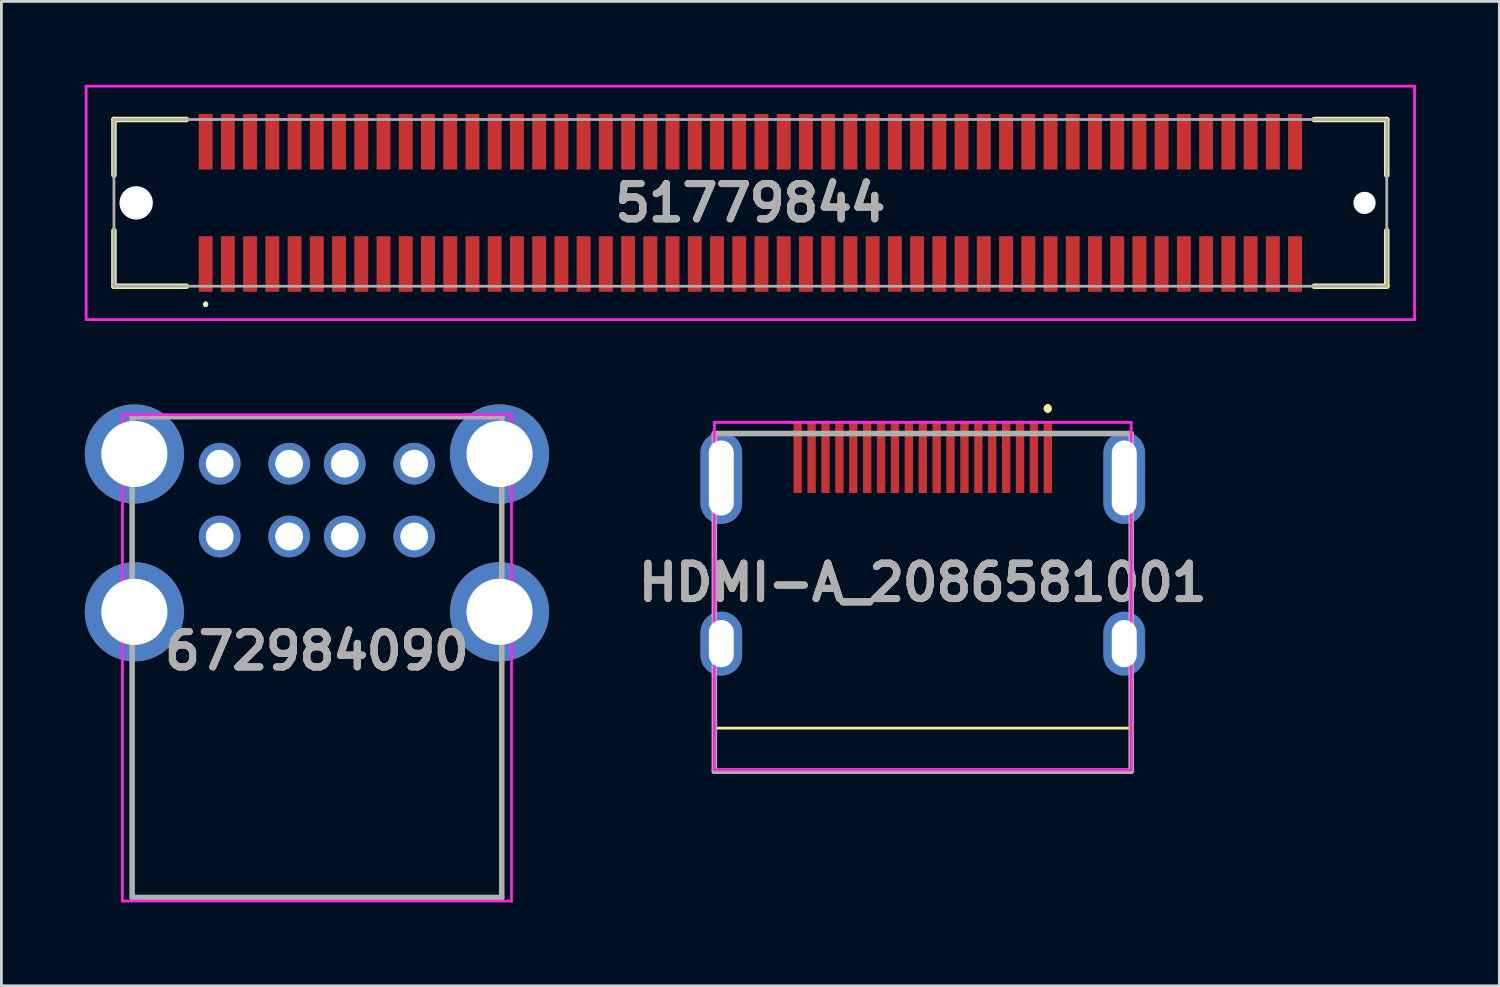
<source format=kicad_pcb>
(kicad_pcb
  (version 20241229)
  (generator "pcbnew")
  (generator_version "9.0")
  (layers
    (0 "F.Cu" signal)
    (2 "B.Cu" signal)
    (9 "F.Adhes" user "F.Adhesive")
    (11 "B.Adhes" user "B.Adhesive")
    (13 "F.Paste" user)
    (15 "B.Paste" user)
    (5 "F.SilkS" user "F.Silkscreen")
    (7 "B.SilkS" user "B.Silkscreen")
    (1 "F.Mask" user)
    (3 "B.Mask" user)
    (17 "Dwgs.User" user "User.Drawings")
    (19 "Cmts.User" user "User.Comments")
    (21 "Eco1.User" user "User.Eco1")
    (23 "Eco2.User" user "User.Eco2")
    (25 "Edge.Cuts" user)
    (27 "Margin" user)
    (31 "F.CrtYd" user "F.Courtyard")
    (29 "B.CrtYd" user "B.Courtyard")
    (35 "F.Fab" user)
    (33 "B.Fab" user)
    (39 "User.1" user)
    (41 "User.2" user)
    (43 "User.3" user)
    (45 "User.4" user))
  (footprint "HDMI-A_2086581001"
    (layer "F.Cu")
    (at 30.154 14.15)
    (property "Reference" "HDMI-A_2086581001" (at 0 3.762 0) (layer "F.SilkS") (effects (font (size 1.27 1.27) (thickness 0.254))))
    (attr through_hole)
    (fp_line (start -7.5 2.725) (end -7.5 2.725) (stroke (width 0.1) (type solid)) (layer "F.SilkS"))
    (fp_line (start -7.5 2.725) (end -7.5 3.975) (stroke (width 0.1) (type solid)) (layer "F.SilkS"))
    (fp_line (start -7.5 3.975) (end -7.5 2.725) (stroke (width 0.1) (type solid)) (layer "F.SilkS"))
    (fp_line (start -7.5 3.975) (end -7.5 3.975) (stroke (width 0.1) (type solid)) (layer "F.SilkS"))
    (fp_line (start -7.5 7.475) (end -7.5 9) (stroke (width 0.1) (type solid)) (layer "F.SilkS"))
    (fp_line (start -7.5 7.975) (end -7.5 7.975) (stroke (width 0.1) (type solid)) (layer "F.SilkS"))
    (fp_line (start -7.5 9) (end 7.5 9) (stroke (width 0.1) (type solid)) (layer "F.SilkS"))
    (fp_line (start 4.5 -2.55) (end 4.5 -2.55) (stroke (width 0.2) (type solid)) (layer "F.SilkS"))
    (fp_line (start 4.5 -2.55) (end 4.5 -2.55) (stroke (width 0.2) (type solid)) (layer "F.SilkS"))
    (fp_line (start 4.5 -2.45) (end 4.5 -2.45) (stroke (width 0.2) (type solid)) (layer "F.SilkS"))
    (fp_line (start 7.5 2.725) (end 7.5 2.725) (stroke (width 0.1) (type solid)) (layer "F.SilkS"))
    (fp_line (start 7.5 2.725) (end 7.5 3.975) (stroke (width 0.1) (type solid)) (layer "F.SilkS"))
    (fp_line (start 7.5 3.975) (end 7.5 2.725) (stroke (width 0.1) (type solid)) (layer "F.SilkS"))
    (fp_line (start 7.5 3.975) (end 7.5 3.975) (stroke (width 0.1) (type solid)) (layer "F.SilkS"))
    (fp_line (start 7.5 7.975) (end 7.5 7.975) (stroke (width 0.1) (type solid)) (layer "F.SilkS"))
    (fp_line (start 7.5 9) (end 7.5 7.475) (stroke (width 0.1) (type solid)) (layer "F.SilkS"))
    (fp_arc (start 4.5 -2.55) (mid 4.55 -2.5) (end 4.5 -2.45) (stroke (width 0.2) (type solid)) (layer "F.SilkS"))
    (fp_arc (start 4.5 -2.45) (mid 4.45 -2.5) (end 4.5 -2.55) (stroke (width 0.2) (type solid)) (layer "F.SilkS"))
    (fp_arc (start 4.5 -2.45) (mid 4.45 -2.5) (end 4.5 -2.55) (stroke (width 0.2) (type solid)) (layer "F.SilkS"))
    (fp_line (start -7.5 -2) (end 7.5 -2) (stroke (width 0.1) (type solid)) (layer "F.CrtYd"))
    (fp_line (start -7.5 10.5) (end -7.5 -2) (stroke (width 0.1) (type solid)) (layer "F.CrtYd"))
    (fp_line (start 7.5 -2) (end 7.5 10.5) (stroke (width 0.1) (type solid)) (layer "F.CrtYd"))
    (fp_line (start 7.5 10.5) (end -7.5 10.5) (stroke (width 0.1) (type solid)) (layer "F.CrtYd"))
    (fp_line (start -7.5 -1.6) (end -7.5 10.55) (stroke (width 0.2) (type solid)) (layer "F.Fab"))
    (fp_line (start -7.5 10.55) (end 7.5 10.55) (stroke (width 0.2) (type solid)) (layer "F.Fab"))
    (fp_line (start 7.5 -1.6) (end -7.5 -1.6) (stroke (width 0.2) (type solid)) (layer "F.Fab"))
    (fp_line (start 7.5 10.55) (end 7.5 -1.6) (stroke (width 0.2) (type solid)) (layer "F.Fab"))
    (fp_text user "${REFERENCE}" (at 0 3.762 0) (layer "F.Fab") (effects (font (size 1.27 1.27) (thickness 0.254))))
    (pad "1" smd rect (at 4.5 -0.76) (size 0.3 2.6) (layers "F.Cu" "F.Mask" "F.Paste"))
    (pad "2" smd rect (at 4 -0.76) (size 0.3 2.6) (layers "F.Cu" "F.Mask" "F.Paste"))
    (pad "3" smd rect (at 3.5 -0.76) (size 0.3 2.6) (layers "F.Cu" "F.Mask" "F.Paste"))
    (pad "4" smd rect (at 3 -0.76) (size 0.3 2.6) (layers "F.Cu" "F.Mask" "F.Paste"))
    (pad "5" smd rect (at 2.5 -0.76) (size 0.3 2.6) (layers "F.Cu" "F.Mask" "F.Paste"))
    (pad "6" smd rect (at 2 -0.76) (size 0.3 2.6) (layers "F.Cu" "F.Mask" "F.Paste"))
    (pad "7" smd rect (at 1.5 -0.76) (size 0.3 2.6) (layers "F.Cu" "F.Mask" "F.Paste"))
    (pad "8" smd rect (at 1 -0.76) (size 0.3 2.6) (layers "F.Cu" "F.Mask" "F.Paste"))
    (pad "9" smd rect (at 0.5 -0.76) (size 0.3 2.6) (layers "F.Cu" "F.Mask" "F.Paste"))
    (pad "10" smd rect (at 0 -0.76) (size 0.3 2.6) (layers "F.Cu" "F.Mask" "F.Paste"))
    (pad "11" smd rect (at -0.5 -0.76) (size 0.3 2.6) (layers "F.Cu" "F.Mask" "F.Paste"))
    (pad "12" smd rect (at -1 -0.76) (size 0.3 2.6) (layers "F.Cu" "F.Mask" "F.Paste"))
    (pad "13" smd rect (at -1.5 -0.76) (size 0.3 2.6) (layers "F.Cu" "F.Mask" "F.Paste"))
    (pad "14" smd rect (at -2 -0.76) (size 0.3 2.6) (layers "F.Cu" "F.Mask" "F.Paste"))
    (pad "15" smd rect (at -2.5 -0.76) (size 0.3 2.6) (layers "F.Cu" "F.Mask" "F.Paste"))
    (pad "16" smd rect (at -3 -0.76) (size 0.3 2.6) (layers "F.Cu" "F.Mask" "F.Paste"))
    (pad "17" smd rect (at -3.5 -0.76) (size 0.3 2.6) (layers "F.Cu" "F.Mask" "F.Paste"))
    (pad "18" smd rect (at -4 -0.76) (size 0.3 2.6) (layers "F.Cu" "F.Mask" "F.Paste"))
    (pad "19" smd rect (at -4.5 -0.76) (size 0.3 2.6) (layers "F.Cu" "F.Mask" "F.Paste"))
    (pad "SH" thru_hole oval (at -7.25 0) (size 1.5 3.3) (drill oval 0.9 2.7) (layers "*.Cu" "*.Mask"))
    (pad "SH" thru_hole oval (at -7.25 5.96) (size 1.5 2.3) (drill oval 0.9 1.7) (layers "*.Cu" "*.Mask"))
    (pad "SH" thru_hole oval (at 7.25 0) (size 1.5 3.3) (drill oval 0.9 2.7) (layers "*.Cu" "*.Mask"))
    (pad "SH" thru_hole oval (at 7.25 5.96) (size 1.5 2.3) (drill oval 0.9 1.7) (layers "*.Cu" "*.Mask")))
  (footprint "51779844"
    (layer "F.Cu")
    (at 23.95 4.25)
    (property "Reference" "51779844" (at 0 0 0) (layer "F.SilkS") (effects (font (size 1.27 1.27) (thickness 0.254))))
    (attr through_hole)
    (fp_line (start -22.9 -3) (end -22.9 -1) (stroke (width 0.2) (type solid)) (layer "F.SilkS"))
    (fp_line (start -22.9 -3) (end -20.289 -3) (stroke (width 0.2) (type solid)) (layer "F.SilkS"))
    (fp_line (start -22.9 3) (end -22.9 1) (stroke (width 0.2) (type solid)) (layer "F.SilkS"))
    (fp_line (start -22.9 3) (end -20.289 3) (stroke (width 0.2) (type solid)) (layer "F.SilkS"))
    (fp_line (start -19.6 3.6) (end -19.6 3.6) (stroke (width 0.1) (type solid)) (layer "F.SilkS"))
    (fp_line (start -19.6 3.7) (end -19.6 3.7) (stroke (width 0.1) (type solid)) (layer "F.SilkS"))
    (fp_line (start 20.289 -3) (end 22.9 -3) (stroke (width 0.2) (type solid)) (layer "F.SilkS"))
    (fp_line (start 20.289 3) (end 22.9 3) (stroke (width 0.2) (type solid)) (layer "F.SilkS"))
    (fp_line (start 22.9 -3) (end 22.9 -1) (stroke (width 0.2) (type solid)) (layer "F.SilkS"))
    (fp_line (start 22.9 3) (end 22.9 1) (stroke (width 0.2) (type solid)) (layer "F.SilkS"))
    (fp_arc (start -19.6 3.6) (mid -19.55 3.65) (end -19.6 3.7) (stroke (width 0.1) (type solid)) (layer "F.SilkS"))
    (fp_arc (start -19.6 3.7) (mid -19.65 3.65) (end -19.6 3.6) (stroke (width 0.1) (type solid)) (layer "F.SilkS"))
    (fp_line (start -23.9 -4.2) (end 23.9 -4.2) (stroke (width 0.1) (type solid)) (layer "F.CrtYd"))
    (fp_line (start -23.9 4.2) (end -23.9 -4.2) (stroke (width 0.1) (type solid)) (layer "F.CrtYd"))
    (fp_line (start 23.9 -4.2) (end 23.9 4.2) (stroke (width 0.1) (type solid)) (layer "F.CrtYd"))
    (fp_line (start 23.9 4.2) (end -23.9 4.2) (stroke (width 0.1) (type solid)) (layer "F.CrtYd"))
    (fp_line (start -22.9 -3) (end 22.9 -3) (stroke (width 0.1) (type solid)) (layer "F.Fab"))
    (fp_line (start -22.9 3) (end -22.9 -3) (stroke (width 0.1) (type solid)) (layer "F.Fab"))
    (fp_line (start 22.9 -3) (end 22.9 3) (stroke (width 0.1) (type solid)) (layer "F.Fab"))
    (fp_line (start 22.9 3) (end -22.9 3) (stroke (width 0.1) (type solid)) (layer "F.Fab"))
    (fp_text user "${REFERENCE}" (at 0 0 0) (layer "F.Fab") (effects (font (size 1.27 1.27) (thickness 0.254))))
    (pad "" np_thru_hole circle (at -22.1 0) (size 1.2 1.2) (drill 1.2) (layers "*.Cu" "*.Mask"))
    (pad "" np_thru_hole circle (at 22.1 0) (size 0.8 0.8) (drill 0.8) (layers "*.Cu" "*.Mask"))
    (pad "1" smd rect (at -19.6 2.2) (size 0.5 2) (layers "F.Cu" "F.Mask" "F.Paste"))
    (pad "2" smd rect (at -19.6 -2.2) (size 0.5 2) (layers "F.Cu" "F.Mask" "F.Paste"))
    (pad "3" smd rect (at -18.8 2.2) (size 0.5 2) (layers "F.Cu" "F.Mask" "F.Paste"))
    (pad "4" smd rect (at -18.8 -2.2) (size 0.5 2) (layers "F.Cu" "F.Mask" "F.Paste"))
    (pad "5" smd rect (at -18 2.2) (size 0.5 2) (layers "F.Cu" "F.Mask" "F.Paste"))
    (pad "6" smd rect (at -18 -2.2) (size 0.5 2) (layers "F.Cu" "F.Mask" "F.Paste"))
    (pad "7" smd rect (at -17.2 2.2) (size 0.5 2) (layers "F.Cu" "F.Mask" "F.Paste"))
    (pad "8" smd rect (at -17.2 -2.2) (size 0.5 2) (layers "F.Cu" "F.Mask" "F.Paste"))
    (pad "9" smd rect (at -16.4 2.2) (size 0.5 2) (layers "F.Cu" "F.Mask" "F.Paste"))
    (pad "10" smd rect (at -16.4 -2.2) (size 0.5 2) (layers "F.Cu" "F.Mask" "F.Paste"))
    (pad "11" smd rect (at -15.6 2.2) (size 0.5 2) (layers "F.Cu" "F.Mask" "F.Paste"))
    (pad "12" smd rect (at -15.6 -2.2) (size 0.5 2) (layers "F.Cu" "F.Mask" "F.Paste"))
    (pad "13" smd rect (at -14.8 2.2) (size 0.5 2) (layers "F.Cu" "F.Mask" "F.Paste"))
    (pad "14" smd rect (at -14.8 -2.2) (size 0.5 2) (layers "F.Cu" "F.Mask" "F.Paste"))
    (pad "15" smd rect (at -14 2.2) (size 0.5 2) (layers "F.Cu" "F.Mask" "F.Paste"))
    (pad "16" smd rect (at -14 -2.2) (size 0.5 2) (layers "F.Cu" "F.Mask" "F.Paste"))
    (pad "17" smd rect (at -13.2 2.2) (size 0.5 2) (layers "F.Cu" "F.Mask" "F.Paste"))
    (pad "18" smd rect (at -13.2 -2.2) (size 0.5 2) (layers "F.Cu" "F.Mask" "F.Paste"))
    (pad "19" smd rect (at -12.4 2.2) (size 0.5 2) (layers "F.Cu" "F.Mask" "F.Paste"))
    (pad "20" smd rect (at -12.4 -2.2) (size 0.5 2) (layers "F.Cu" "F.Mask" "F.Paste"))
    (pad "21" smd rect (at -11.6 2.2) (size 0.5 2) (layers "F.Cu" "F.Mask" "F.Paste"))
    (pad "22" smd rect (at -11.6 -2.2) (size 0.5 2) (layers "F.Cu" "F.Mask" "F.Paste"))
    (pad "23" smd rect (at -10.8 2.2) (size 0.5 2) (layers "F.Cu" "F.Mask" "F.Paste"))
    (pad "24" smd rect (at -10.8 -2.2) (size 0.5 2) (layers "F.Cu" "F.Mask" "F.Paste"))
    (pad "25" smd rect (at -10 2.2) (size 0.5 2) (layers "F.Cu" "F.Mask" "F.Paste"))
    (pad "26" smd rect (at -10 -2.2) (size 0.5 2) (layers "F.Cu" "F.Mask" "F.Paste"))
    (pad "27" smd rect (at -9.2 2.2) (size 0.5 2) (layers "F.Cu" "F.Mask" "F.Paste"))
    (pad "28" smd rect (at -9.2 -2.2) (size 0.5 2) (layers "F.Cu" "F.Mask" "F.Paste"))
    (pad "29" smd rect (at -8.4 2.2) (size 0.5 2) (layers "F.Cu" "F.Mask" "F.Paste"))
    (pad "30" smd rect (at -8.4 -2.2) (size 0.5 2) (layers "F.Cu" "F.Mask" "F.Paste"))
    (pad "31" smd rect (at -7.6 2.2) (size 0.5 2) (layers "F.Cu" "F.Mask" "F.Paste"))
    (pad "32" smd rect (at -7.6 -2.2) (size 0.5 2) (layers "F.Cu" "F.Mask" "F.Paste"))
    (pad "33" smd rect (at -6.8 2.2) (size 0.5 2) (layers "F.Cu" "F.Mask" "F.Paste"))
    (pad "34" smd rect (at -6.8 -2.2) (size 0.5 2) (layers "F.Cu" "F.Mask" "F.Paste"))
    (pad "35" smd rect (at -6 2.2) (size 0.5 2) (layers "F.Cu" "F.Mask" "F.Paste"))
    (pad "36" smd rect (at -6 -2.2) (size 0.5 2) (layers "F.Cu" "F.Mask" "F.Paste"))
    (pad "37" smd rect (at -5.2 2.2) (size 0.5 2) (layers "F.Cu" "F.Mask" "F.Paste"))
    (pad "38" smd rect (at -5.2 -2.2) (size 0.5 2) (layers "F.Cu" "F.Mask" "F.Paste"))
    (pad "39" smd rect (at -4.4 2.2) (size 0.5 2) (layers "F.Cu" "F.Mask" "F.Paste"))
    (pad "40" smd rect (at -4.4 -2.2) (size 0.5 2) (layers "F.Cu" "F.Mask" "F.Paste"))
    (pad "41" smd rect (at -3.6 2.2) (size 0.5 2) (layers "F.Cu" "F.Mask" "F.Paste"))
    (pad "42" smd rect (at -3.6 -2.2) (size 0.5 2) (layers "F.Cu" "F.Mask" "F.Paste"))
    (pad "43" smd rect (at -2.8 2.2) (size 0.5 2) (layers "F.Cu" "F.Mask" "F.Paste"))
    (pad "44" smd rect (at -2.8 -2.2) (size 0.5 2) (layers "F.Cu" "F.Mask" "F.Paste"))
    (pad "45" smd rect (at -2 2.2) (size 0.5 2) (layers "F.Cu" "F.Mask" "F.Paste"))
    (pad "46" smd rect (at -2 -2.2) (size 0.5 2) (layers "F.Cu" "F.Mask" "F.Paste"))
    (pad "47" smd rect (at -1.2 2.2) (size 0.5 2) (layers "F.Cu" "F.Mask" "F.Paste"))
    (pad "48" smd rect (at -1.2 -2.2) (size 0.5 2) (layers "F.Cu" "F.Mask" "F.Paste"))
    (pad "49" smd rect (at -0.4 2.2) (size 0.5 2) (layers "F.Cu" "F.Mask" "F.Paste"))
    (pad "50" smd rect (at -0.4 -2.2) (size 0.5 2) (layers "F.Cu" "F.Mask" "F.Paste"))
    (pad "51" smd rect (at 0.4 2.2) (size 0.5 2) (layers "F.Cu" "F.Mask" "F.Paste"))
    (pad "52" smd rect (at 0.4 -2.2) (size 0.5 2) (layers "F.Cu" "F.Mask" "F.Paste"))
    (pad "53" smd rect (at 1.2 2.2) (size 0.5 2) (layers "F.Cu" "F.Mask" "F.Paste"))
    (pad "54" smd rect (at 1.2 -2.2) (size 0.5 2) (layers "F.Cu" "F.Mask" "F.Paste"))
    (pad "55" smd rect (at 2 2.2) (size 0.5 2) (layers "F.Cu" "F.Mask" "F.Paste"))
    (pad "56" smd rect (at 2 -2.2) (size 0.5 2) (layers "F.Cu" "F.Mask" "F.Paste"))
    (pad "57" smd rect (at 2.8 2.2) (size 0.5 2) (layers "F.Cu" "F.Mask" "F.Paste"))
    (pad "58" smd rect (at 2.8 -2.2) (size 0.5 2) (layers "F.Cu" "F.Mask" "F.Paste"))
    (pad "59" smd rect (at 3.6 2.2) (size 0.5 2) (layers "F.Cu" "F.Mask" "F.Paste"))
    (pad "60" smd rect (at 3.6 -2.2) (size 0.5 2) (layers "F.Cu" "F.Mask" "F.Paste"))
    (pad "61" smd rect (at 4.4 2.2) (size 0.5 2) (layers "F.Cu" "F.Mask" "F.Paste"))
    (pad "62" smd rect (at 4.4 -2.2) (size 0.5 2) (layers "F.Cu" "F.Mask" "F.Paste"))
    (pad "63" smd rect (at 5.2 2.2) (size 0.5 2) (layers "F.Cu" "F.Mask" "F.Paste"))
    (pad "64" smd rect (at 5.2 -2.2) (size 0.5 2) (layers "F.Cu" "F.Mask" "F.Paste"))
    (pad "65" smd rect (at 6 2.2) (size 0.5 2) (layers "F.Cu" "F.Mask" "F.Paste"))
    (pad "66" smd rect (at 6 -2.2) (size 0.5 2) (layers "F.Cu" "F.Mask" "F.Paste"))
    (pad "67" smd rect (at 6.8 2.2) (size 0.5 2) (layers "F.Cu" "F.Mask" "F.Paste"))
    (pad "68" smd rect (at 6.8 -2.2) (size 0.5 2) (layers "F.Cu" "F.Mask" "F.Paste"))
    (pad "69" smd rect (at 7.6 2.2) (size 0.5 2) (layers "F.Cu" "F.Mask" "F.Paste"))
    (pad "70" smd rect (at 7.6 -2.2) (size 0.5 2) (layers "F.Cu" "F.Mask" "F.Paste"))
    (pad "71" smd rect (at 8.4 2.2) (size 0.5 2) (layers "F.Cu" "F.Mask" "F.Paste"))
    (pad "72" smd rect (at 8.4 -2.2) (size 0.5 2) (layers "F.Cu" "F.Mask" "F.Paste"))
    (pad "73" smd rect (at 9.2 2.2) (size 0.5 2) (layers "F.Cu" "F.Mask" "F.Paste"))
    (pad "74" smd rect (at 9.2 -2.2) (size 0.5 2) (layers "F.Cu" "F.Mask" "F.Paste"))
    (pad "75" smd rect (at 10 2.2) (size 0.5 2) (layers "F.Cu" "F.Mask" "F.Paste"))
    (pad "76" smd rect (at 10 -2.2) (size 0.5 2) (layers "F.Cu" "F.Mask" "F.Paste"))
    (pad "77" smd rect (at 10.8 2.2) (size 0.5 2) (layers "F.Cu" "F.Mask" "F.Paste"))
    (pad "78" smd rect (at 10.8 -2.2) (size 0.5 2) (layers "F.Cu" "F.Mask" "F.Paste"))
    (pad "79" smd rect (at 11.6 2.2) (size 0.5 2) (layers "F.Cu" "F.Mask" "F.Paste"))
    (pad "80" smd rect (at 11.6 -2.2) (size 0.5 2) (layers "F.Cu" "F.Mask" "F.Paste"))
    (pad "81" smd rect (at 12.4 2.2) (size 0.5 2) (layers "F.Cu" "F.Mask" "F.Paste"))
    (pad "82" smd rect (at 12.4 -2.2) (size 0.5 2) (layers "F.Cu" "F.Mask" "F.Paste"))
    (pad "83" smd rect (at 13.2 2.2) (size 0.5 2) (layers "F.Cu" "F.Mask" "F.Paste"))
    (pad "84" smd rect (at 13.2 -2.2) (size 0.5 2) (layers "F.Cu" "F.Mask" "F.Paste"))
    (pad "85" smd rect (at 14 2.2) (size 0.5 2) (layers "F.Cu" "F.Mask" "F.Paste"))
    (pad "86" smd rect (at 14 -2.2) (size 0.5 2) (layers "F.Cu" "F.Mask" "F.Paste"))
    (pad "87" smd rect (at 14.8 2.2) (size 0.5 2) (layers "F.Cu" "F.Mask" "F.Paste"))
    (pad "88" smd rect (at 14.8 -2.2) (size 0.5 2) (layers "F.Cu" "F.Mask" "F.Paste"))
    (pad "89" smd rect (at 15.6 2.2) (size 0.5 2) (layers "F.Cu" "F.Mask" "F.Paste"))
    (pad "90" smd rect (at 15.6 -2.2) (size 0.5 2) (layers "F.Cu" "F.Mask" "F.Paste"))
    (pad "91" smd rect (at 16.4 2.2) (size 0.5 2) (layers "F.Cu" "F.Mask" "F.Paste"))
    (pad "92" smd rect (at 16.4 -2.2) (size 0.5 2) (layers "F.Cu" "F.Mask" "F.Paste"))
    (pad "93" smd rect (at 17.2 2.2) (size 0.5 2) (layers "F.Cu" "F.Mask" "F.Paste"))
    (pad "94" smd rect (at 17.2 -2.2) (size 0.5 2) (layers "F.Cu" "F.Mask" "F.Paste"))
    (pad "95" smd rect (at 18 2.2) (size 0.5 2) (layers "F.Cu" "F.Mask" "F.Paste"))
    (pad "96" smd rect (at 18 -2.2) (size 0.5 2) (layers "F.Cu" "F.Mask" "F.Paste"))
    (pad "97" smd rect (at 18.8 2.2) (size 0.5 2) (layers "F.Cu" "F.Mask" "F.Paste"))
    (pad "98" smd rect (at 18.8 -2.2) (size 0.5 2) (layers "F.Cu" "F.Mask" "F.Paste"))
    (pad "99" smd rect (at 19.6 2.2) (size 0.5 2) (layers "F.Cu" "F.Mask" "F.Paste"))
    (pad "100" smd rect (at 19.6 -2.2) (size 0.5 2) (layers "F.Cu" "F.Mask" "F.Paste")))
  (footprint "672984090"
    (layer "F.Cu")
    (at 8.355 20.372)
    (property "Reference" "672984090" (at 0 0 0) (layer "F.SilkS") (effects (font (size 1.27 1.27) (thickness 0.254))))
    (attr through_hole)
    (fp_line (start -6.65 0.872) (end -6.65 8.872) (stroke (width 0.1) (type solid)) (layer "F.SilkS"))
    (fp_line (start -6.65 8.872) (end 6.65 8.872) (stroke (width 0.1) (type solid)) (layer "F.SilkS"))
    (fp_line (start -4 -8.428) (end 4 -8.428) (stroke (width 0.1) (type solid)) (layer "F.SilkS"))
    (fp_line (start 6.65 8.872) (end 6.65 0.872) (stroke (width 0.1) (type solid)) (layer "F.SilkS"))
    (fp_line (start -7 -8.5) (end 7 -8.5) (stroke (width 0.1) (type solid)) (layer "F.CrtYd"))
    (fp_line (start -7 9) (end -7 -8.5) (stroke (width 0.1) (type solid)) (layer "F.CrtYd"))
    (fp_line (start 7 -8.5) (end 7 9) (stroke (width 0.1) (type solid)) (layer "F.CrtYd"))
    (fp_line (start 7 9) (end -7 9) (stroke (width 0.1) (type solid)) (layer "F.CrtYd"))
    (fp_line (start -6.65 -8.428) (end 6.65 -8.428) (stroke (width 0.2) (type solid)) (layer "F.Fab"))
    (fp_line (start -6.65 8.872) (end -6.65 -8.428) (stroke (width 0.2) (type solid)) (layer "F.Fab"))
    (fp_line (start 6.65 -8.428) (end 6.65 8.872) (stroke (width 0.2) (type solid)) (layer "F.Fab"))
    (fp_line (start 6.65 8.872) (end -6.65 8.872) (stroke (width 0.2) (type solid)) (layer "F.Fab"))
    (fp_text user "${REFERENCE}" (at 0 0 0) (layer "F.Fab") (effects (font (size 1.27 1.27) (thickness 0.254))))
    (pad "1" thru_hole circle (at -3.5 -6.737) (size 1.5 1.5) (drill 1) (layers "*.Cu" "*.Mask"))
    (pad "2" thru_hole circle (at -1 -6.737) (size 1.5 1.5) (drill 1) (layers "*.Cu" "*.Mask"))
    (pad "3" thru_hole circle (at 1 -6.737) (size 1.5 1.5) (drill 1) (layers "*.Cu" "*.Mask"))
    (pad "4" thru_hole circle (at 3.5 -6.737) (size 1.5 1.5) (drill 1) (layers "*.Cu" "*.Mask"))
    (pad "5" thru_hole circle (at -3.5 -4.117) (size 1.5 1.5) (drill 1) (layers "*.Cu" "*.Mask"))
    (pad "6" thru_hole circle (at -1 -4.117) (size 1.5 1.5) (drill 1) (layers "*.Cu" "*.Mask"))
    (pad "7" thru_hole circle (at 1 -4.117) (size 1.5 1.5) (drill 1) (layers "*.Cu" "*.Mask"))
    (pad "8" thru_hole circle (at 3.5 -4.117) (size 1.5 1.5) (drill 1) (layers "*.Cu" "*.Mask"))
    (pad "9" thru_hole circle (at -6.57 -7.087) (size 3.57 3.57) (drill 2.38) (layers "*.Cu" "*.Mask"))
    (pad "9" thru_hole circle (at -6.57 -1.407) (size 3.57 3.57) (drill 2.38) (layers "*.Cu" "*.Mask"))
    (pad "9" thru_hole circle (at 6.57 -7.087) (size 3.57 3.57) (drill 2.38) (layers "*.Cu" "*.Mask"))
    (pad "9" thru_hole circle (at 6.57 -1.407) (size 3.57 3.57) (drill 2.38) (layers "*.Cu" "*.Mask")))
  (gr_rect
    (start -3 -3)
    (end 50.9 32.422)
    (stroke (width 0.1) (type default))
    (fill no)
    (layer "Edge.Cuts")))
</source>
